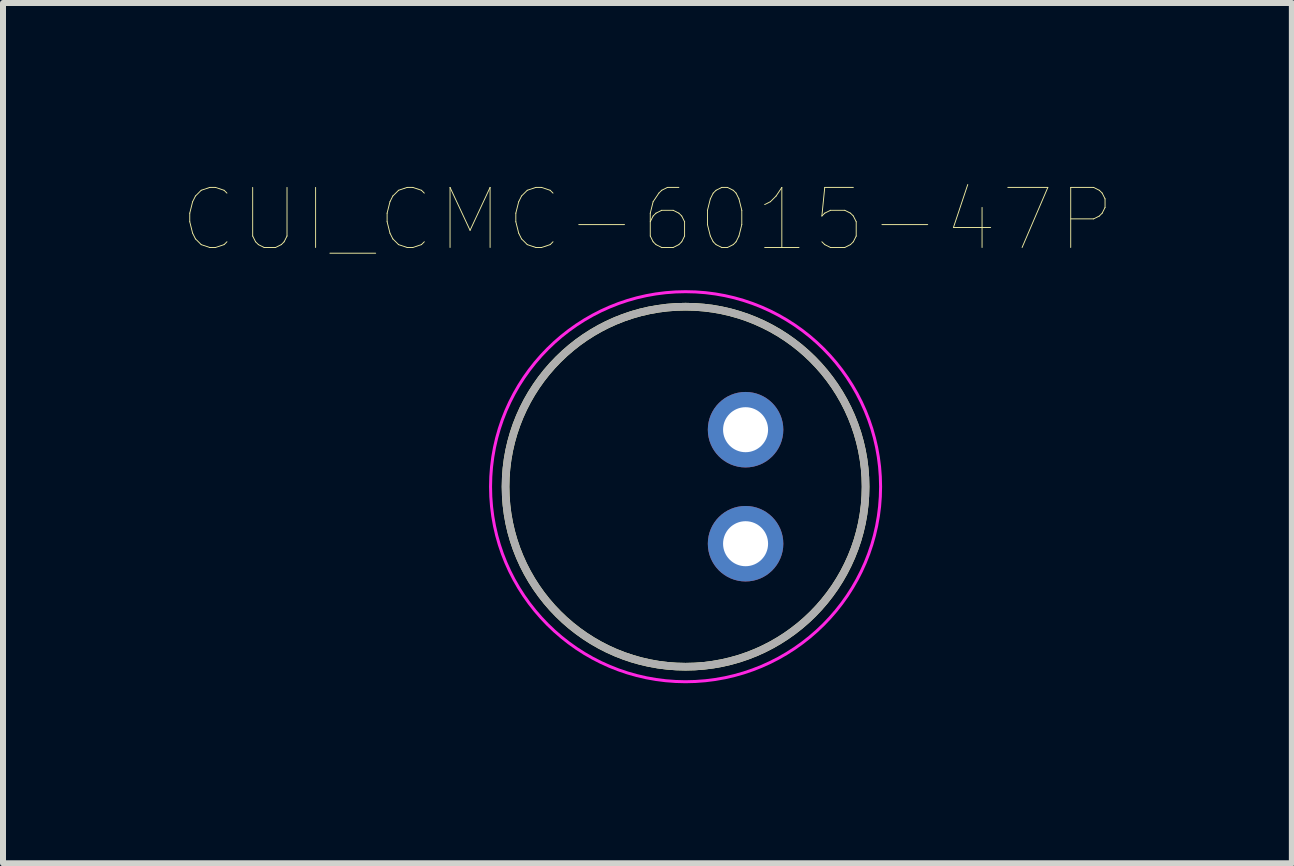
<source format=kicad_pcb>
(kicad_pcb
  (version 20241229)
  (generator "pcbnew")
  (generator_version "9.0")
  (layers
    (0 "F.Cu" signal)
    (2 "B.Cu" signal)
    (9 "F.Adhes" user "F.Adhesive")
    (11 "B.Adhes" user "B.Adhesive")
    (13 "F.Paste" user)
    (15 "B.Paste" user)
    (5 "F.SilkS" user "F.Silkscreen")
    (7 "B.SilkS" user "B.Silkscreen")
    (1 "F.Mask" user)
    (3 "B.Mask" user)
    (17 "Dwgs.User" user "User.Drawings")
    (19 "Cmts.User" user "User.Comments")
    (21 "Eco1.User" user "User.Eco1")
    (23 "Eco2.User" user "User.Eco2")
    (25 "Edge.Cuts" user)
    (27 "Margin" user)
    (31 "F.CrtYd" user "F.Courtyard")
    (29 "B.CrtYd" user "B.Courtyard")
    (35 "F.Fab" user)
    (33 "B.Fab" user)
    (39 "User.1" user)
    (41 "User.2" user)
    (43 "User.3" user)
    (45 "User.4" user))
  (footprint "CUI_CMC-6015-47P"
    (layer "F.Cu")
    (at 8.375 5.061)
    (property "Reference" "CUI_CMC-6015-47P" (at -0.636 -4.449 0) (layer "F.SilkS") (effects (font (size 1.001 1.001) (thickness 0.015))))
    (attr through_hole)
    (fp_circle (center 0 0) (end 3 0) (stroke (width 0.127) (type solid)) (fill no) (layer "F.SilkS"))
    (fp_circle (center 0 0) (end 3.25 0) (stroke (width 0.05) (type solid)) (fill no) (layer "F.CrtYd"))
    (fp_circle (center 0 0) (end 3 0) (stroke (width 0.127) (type solid)) (fill no) (layer "F.Fab"))
    (pad "GND" thru_hole circle (at 1 -0.95) (size 1.258 1.258) (drill 0.75) (layers "*.Cu" "*.Mask"))
    (pad "OUT" thru_hole circle (at 1 0.95) (size 1.258 1.258) (drill 0.75) (layers "*.Cu" "*.Mask")))
  (gr_rect
    (start -3 -3)
    (end 18.479 11.336)
    (stroke (width 0.1) (type default))
    (fill no)
    (layer "Edge.Cuts")))
</source>
